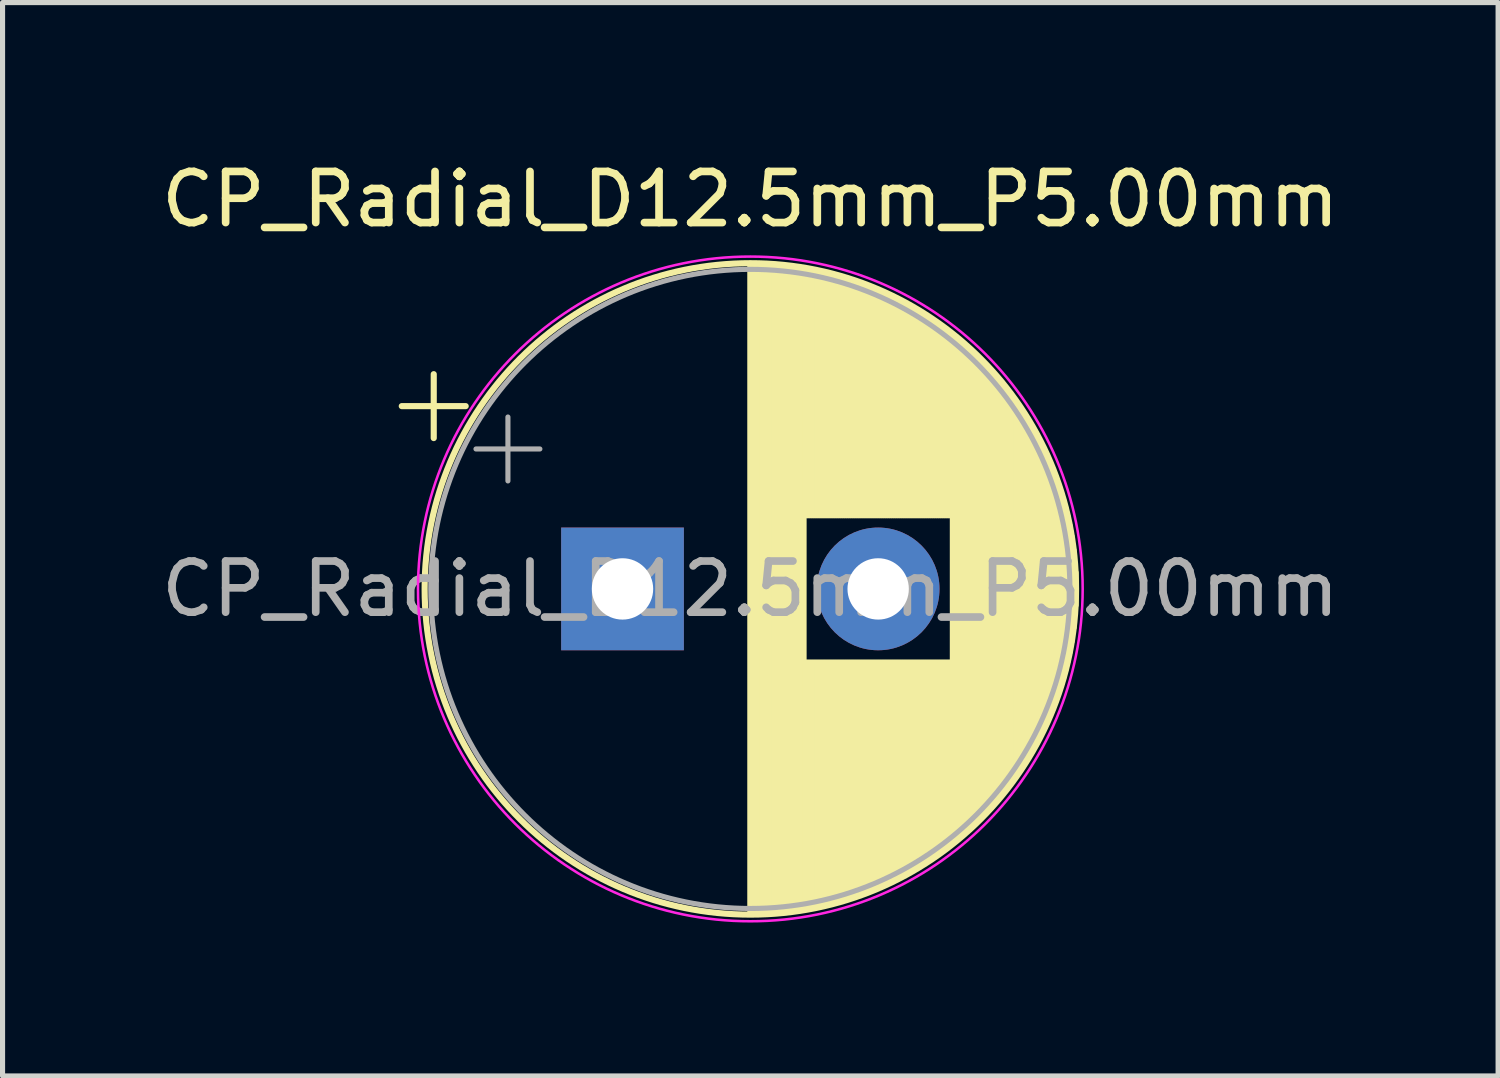
<source format=kicad_pcb>
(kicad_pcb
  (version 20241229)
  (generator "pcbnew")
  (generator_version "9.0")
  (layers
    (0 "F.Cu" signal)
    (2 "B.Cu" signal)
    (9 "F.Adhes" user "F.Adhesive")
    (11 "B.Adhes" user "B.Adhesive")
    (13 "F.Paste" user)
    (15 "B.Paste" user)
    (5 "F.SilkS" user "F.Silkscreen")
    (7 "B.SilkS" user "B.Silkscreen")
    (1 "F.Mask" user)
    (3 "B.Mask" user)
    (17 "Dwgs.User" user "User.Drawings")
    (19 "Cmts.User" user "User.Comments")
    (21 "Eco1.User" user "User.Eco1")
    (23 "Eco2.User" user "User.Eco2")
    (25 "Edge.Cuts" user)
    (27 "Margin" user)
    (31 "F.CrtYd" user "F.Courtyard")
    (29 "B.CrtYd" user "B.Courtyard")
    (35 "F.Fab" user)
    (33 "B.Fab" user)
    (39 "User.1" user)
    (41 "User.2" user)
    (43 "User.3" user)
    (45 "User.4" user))
  (footprint "CP_Radial_D12.5mm_P5.00mm"
    (layer "F.Cu")
    (at 9.125 8.468)
    (property "Reference" "CP_Radial_D12.5mm_P5.00mm" (at 2.5 -7.62 0) (layer "F.SilkS") (effects (font (size 1 1) (thickness 0.15))))
    (attr through_hole)
    (fp_line (start -4.317 -3.575) (end -3.067 -3.575) (stroke (width 0.12) (type solid)) (layer "F.SilkS"))
    (fp_line (start -3.692 -4.2) (end -3.692 -2.95) (stroke (width 0.12) (type solid)) (layer "F.SilkS"))
    (fp_line (start 2.5 -6.33) (end 2.5 6.33) (stroke (width 0.12) (type solid)) (layer "F.SilkS"))
    (fp_line (start 2.54 -6.33) (end 2.54 6.33) (stroke (width 0.12) (type solid)) (layer "F.SilkS"))
    (fp_line (start 2.58 -6.33) (end 2.58 6.33) (stroke (width 0.12) (type solid)) (layer "F.SilkS"))
    (fp_line (start 2.62 -6.329) (end 2.62 6.329) (stroke (width 0.12) (type solid)) (layer "F.SilkS"))
    (fp_line (start 2.66 -6.328) (end 2.66 6.328) (stroke (width 0.12) (type solid)) (layer "F.SilkS"))
    (fp_line (start 2.7 -6.327) (end 2.7 6.327) (stroke (width 0.12) (type solid)) (layer "F.SilkS"))
    (fp_line (start 2.74 -6.326) (end 2.74 6.326) (stroke (width 0.12) (type solid)) (layer "F.SilkS"))
    (fp_line (start 2.78 -6.324) (end 2.78 6.324) (stroke (width 0.12) (type solid)) (layer "F.SilkS"))
    (fp_line (start 2.82 -6.322) (end 2.82 6.322) (stroke (width 0.12) (type solid)) (layer "F.SilkS"))
    (fp_line (start 2.86 -6.32) (end 2.86 6.32) (stroke (width 0.12) (type solid)) (layer "F.SilkS"))
    (fp_line (start 2.9 -6.318) (end 2.9 6.318) (stroke (width 0.12) (type solid)) (layer "F.SilkS"))
    (fp_line (start 2.94 -6.315) (end 2.94 6.315) (stroke (width 0.12) (type solid)) (layer "F.SilkS"))
    (fp_line (start 2.98 -6.312) (end 2.98 6.312) (stroke (width 0.12) (type solid)) (layer "F.SilkS"))
    (fp_line (start 3.02 -6.309) (end 3.02 6.309) (stroke (width 0.12) (type solid)) (layer "F.SilkS"))
    (fp_line (start 3.06 -6.306) (end 3.06 6.306) (stroke (width 0.12) (type solid)) (layer "F.SilkS"))
    (fp_line (start 3.1 -6.302) (end 3.1 6.302) (stroke (width 0.12) (type solid)) (layer "F.SilkS"))
    (fp_line (start 3.14 -6.298) (end 3.14 6.298) (stroke (width 0.12) (type solid)) (layer "F.SilkS"))
    (fp_line (start 3.18 -6.294) (end 3.18 6.294) (stroke (width 0.12) (type solid)) (layer "F.SilkS"))
    (fp_line (start 3.221 -6.29) (end 3.221 6.29) (stroke (width 0.12) (type solid)) (layer "F.SilkS"))
    (fp_line (start 3.261 -6.285) (end 3.261 6.285) (stroke (width 0.12) (type solid)) (layer "F.SilkS"))
    (fp_line (start 3.301 -6.28) (end 3.301 6.28) (stroke (width 0.12) (type solid)) (layer "F.SilkS"))
    (fp_line (start 3.341 -6.275) (end 3.341 6.275) (stroke (width 0.12) (type solid)) (layer "F.SilkS"))
    (fp_line (start 3.381 -6.269) (end 3.381 6.269) (stroke (width 0.12) (type solid)) (layer "F.SilkS"))
    (fp_line (start 3.421 -6.264) (end 3.421 6.264) (stroke (width 0.12) (type solid)) (layer "F.SilkS"))
    (fp_line (start 3.461 -6.258) (end 3.461 6.258) (stroke (width 0.12) (type solid)) (layer "F.SilkS"))
    (fp_line (start 3.501 -6.252) (end 3.501 6.252) (stroke (width 0.12) (type solid)) (layer "F.SilkS"))
    (fp_line (start 3.541 -6.245) (end 3.541 6.245) (stroke (width 0.12) (type solid)) (layer "F.SilkS"))
    (fp_line (start 3.581 -6.238) (end 3.581 -1.44) (stroke (width 0.12) (type solid)) (layer "F.SilkS"))
    (fp_line (start 3.581 1.44) (end 3.581 6.238) (stroke (width 0.12) (type solid)) (layer "F.SilkS"))
    (fp_line (start 3.621 -6.231) (end 3.621 -1.44) (stroke (width 0.12) (type solid)) (layer "F.SilkS"))
    (fp_line (start 3.621 1.44) (end 3.621 6.231) (stroke (width 0.12) (type solid)) (layer "F.SilkS"))
    (fp_line (start 3.661 -6.224) (end 3.661 -1.44) (stroke (width 0.12) (type solid)) (layer "F.SilkS"))
    (fp_line (start 3.661 1.44) (end 3.661 6.224) (stroke (width 0.12) (type solid)) (layer "F.SilkS"))
    (fp_line (start 3.701 -6.216) (end 3.701 -1.44) (stroke (width 0.12) (type solid)) (layer "F.SilkS"))
    (fp_line (start 3.701 1.44) (end 3.701 6.216) (stroke (width 0.12) (type solid)) (layer "F.SilkS"))
    (fp_line (start 3.741 -6.209) (end 3.741 -1.44) (stroke (width 0.12) (type solid)) (layer "F.SilkS"))
    (fp_line (start 3.741 1.44) (end 3.741 6.209) (stroke (width 0.12) (type solid)) (layer "F.SilkS"))
    (fp_line (start 3.781 -6.201) (end 3.781 -1.44) (stroke (width 0.12) (type solid)) (layer "F.SilkS"))
    (fp_line (start 3.781 1.44) (end 3.781 6.201) (stroke (width 0.12) (type solid)) (layer "F.SilkS"))
    (fp_line (start 3.821 -6.192) (end 3.821 -1.44) (stroke (width 0.12) (type solid)) (layer "F.SilkS"))
    (fp_line (start 3.821 1.44) (end 3.821 6.192) (stroke (width 0.12) (type solid)) (layer "F.SilkS"))
    (fp_line (start 3.861 -6.184) (end 3.861 -1.44) (stroke (width 0.12) (type solid)) (layer "F.SilkS"))
    (fp_line (start 3.861 1.44) (end 3.861 6.184) (stroke (width 0.12) (type solid)) (layer "F.SilkS"))
    (fp_line (start 3.901 -6.175) (end 3.901 -1.44) (stroke (width 0.12) (type solid)) (layer "F.SilkS"))
    (fp_line (start 3.901 1.44) (end 3.901 6.175) (stroke (width 0.12) (type solid)) (layer "F.SilkS"))
    (fp_line (start 3.941 -6.166) (end 3.941 -1.44) (stroke (width 0.12) (type solid)) (layer "F.SilkS"))
    (fp_line (start 3.941 1.44) (end 3.941 6.166) (stroke (width 0.12) (type solid)) (layer "F.SilkS"))
    (fp_line (start 3.981 -6.156) (end 3.981 -1.44) (stroke (width 0.12) (type solid)) (layer "F.SilkS"))
    (fp_line (start 3.981 1.44) (end 3.981 6.156) (stroke (width 0.12) (type solid)) (layer "F.SilkS"))
    (fp_line (start 4.021 -6.146) (end 4.021 -1.44) (stroke (width 0.12) (type solid)) (layer "F.SilkS"))
    (fp_line (start 4.021 1.44) (end 4.021 6.146) (stroke (width 0.12) (type solid)) (layer "F.SilkS"))
    (fp_line (start 4.061 -6.137) (end 4.061 -1.44) (stroke (width 0.12) (type solid)) (layer "F.SilkS"))
    (fp_line (start 4.061 1.44) (end 4.061 6.137) (stroke (width 0.12) (type solid)) (layer "F.SilkS"))
    (fp_line (start 4.101 -6.126) (end 4.101 -1.44) (stroke (width 0.12) (type solid)) (layer "F.SilkS"))
    (fp_line (start 4.101 1.44) (end 4.101 6.126) (stroke (width 0.12) (type solid)) (layer "F.SilkS"))
    (fp_line (start 4.141 -6.116) (end 4.141 -1.44) (stroke (width 0.12) (type solid)) (layer "F.SilkS"))
    (fp_line (start 4.141 1.44) (end 4.141 6.116) (stroke (width 0.12) (type solid)) (layer "F.SilkS"))
    (fp_line (start 4.181 -6.105) (end 4.181 -1.44) (stroke (width 0.12) (type solid)) (layer "F.SilkS"))
    (fp_line (start 4.181 1.44) (end 4.181 6.105) (stroke (width 0.12) (type solid)) (layer "F.SilkS"))
    (fp_line (start 4.221 -6.094) (end 4.221 -1.44) (stroke (width 0.12) (type solid)) (layer "F.SilkS"))
    (fp_line (start 4.221 1.44) (end 4.221 6.094) (stroke (width 0.12) (type solid)) (layer "F.SilkS"))
    (fp_line (start 4.261 -6.083) (end 4.261 -1.44) (stroke (width 0.12) (type solid)) (layer "F.SilkS"))
    (fp_line (start 4.261 1.44) (end 4.261 6.083) (stroke (width 0.12) (type solid)) (layer "F.SilkS"))
    (fp_line (start 4.301 -6.071) (end 4.301 -1.44) (stroke (width 0.12) (type solid)) (layer "F.SilkS"))
    (fp_line (start 4.301 1.44) (end 4.301 6.071) (stroke (width 0.12) (type solid)) (layer "F.SilkS"))
    (fp_line (start 4.341 -6.059) (end 4.341 -1.44) (stroke (width 0.12) (type solid)) (layer "F.SilkS"))
    (fp_line (start 4.341 1.44) (end 4.341 6.059) (stroke (width 0.12) (type solid)) (layer "F.SilkS"))
    (fp_line (start 4.381 -6.047) (end 4.381 -1.44) (stroke (width 0.12) (type solid)) (layer "F.SilkS"))
    (fp_line (start 4.381 1.44) (end 4.381 6.047) (stroke (width 0.12) (type solid)) (layer "F.SilkS"))
    (fp_line (start 4.421 -6.034) (end 4.421 -1.44) (stroke (width 0.12) (type solid)) (layer "F.SilkS"))
    (fp_line (start 4.421 1.44) (end 4.421 6.034) (stroke (width 0.12) (type solid)) (layer "F.SilkS"))
    (fp_line (start 4.461 -6.021) (end 4.461 -1.44) (stroke (width 0.12) (type solid)) (layer "F.SilkS"))
    (fp_line (start 4.461 1.44) (end 4.461 6.021) (stroke (width 0.12) (type solid)) (layer "F.SilkS"))
    (fp_line (start 4.501 -6.008) (end 4.501 -1.44) (stroke (width 0.12) (type solid)) (layer "F.SilkS"))
    (fp_line (start 4.501 1.44) (end 4.501 6.008) (stroke (width 0.12) (type solid)) (layer "F.SilkS"))
    (fp_line (start 4.541 -5.995) (end 4.541 -1.44) (stroke (width 0.12) (type solid)) (layer "F.SilkS"))
    (fp_line (start 4.541 1.44) (end 4.541 5.995) (stroke (width 0.12) (type solid)) (layer "F.SilkS"))
    (fp_line (start 4.581 -5.981) (end 4.581 -1.44) (stroke (width 0.12) (type solid)) (layer "F.SilkS"))
    (fp_line (start 4.581 1.44) (end 4.581 5.981) (stroke (width 0.12) (type solid)) (layer "F.SilkS"))
    (fp_line (start 4.621 -5.967) (end 4.621 -1.44) (stroke (width 0.12) (type solid)) (layer "F.SilkS"))
    (fp_line (start 4.621 1.44) (end 4.621 5.967) (stroke (width 0.12) (type solid)) (layer "F.SilkS"))
    (fp_line (start 4.661 -5.953) (end 4.661 -1.44) (stroke (width 0.12) (type solid)) (layer "F.SilkS"))
    (fp_line (start 4.661 1.44) (end 4.661 5.953) (stroke (width 0.12) (type solid)) (layer "F.SilkS"))
    (fp_line (start 4.701 -5.939) (end 4.701 -1.44) (stroke (width 0.12) (type solid)) (layer "F.SilkS"))
    (fp_line (start 4.701 1.44) (end 4.701 5.939) (stroke (width 0.12) (type solid)) (layer "F.SilkS"))
    (fp_line (start 4.741 -5.924) (end 4.741 -1.44) (stroke (width 0.12) (type solid)) (layer "F.SilkS"))
    (fp_line (start 4.741 1.44) (end 4.741 5.924) (stroke (width 0.12) (type solid)) (layer "F.SilkS"))
    (fp_line (start 4.781 -5.908) (end 4.781 -1.44) (stroke (width 0.12) (type solid)) (layer "F.SilkS"))
    (fp_line (start 4.781 1.44) (end 4.781 5.908) (stroke (width 0.12) (type solid)) (layer "F.SilkS"))
    (fp_line (start 4.821 -5.893) (end 4.821 -1.44) (stroke (width 0.12) (type solid)) (layer "F.SilkS"))
    (fp_line (start 4.821 1.44) (end 4.821 5.893) (stroke (width 0.12) (type solid)) (layer "F.SilkS"))
    (fp_line (start 4.861 -5.877) (end 4.861 -1.44) (stroke (width 0.12) (type solid)) (layer "F.SilkS"))
    (fp_line (start 4.861 1.44) (end 4.861 5.877) (stroke (width 0.12) (type solid)) (layer "F.SilkS"))
    (fp_line (start 4.901 -5.861) (end 4.901 -1.44) (stroke (width 0.12) (type solid)) (layer "F.SilkS"))
    (fp_line (start 4.901 1.44) (end 4.901 5.861) (stroke (width 0.12) (type solid)) (layer "F.SilkS"))
    (fp_line (start 4.941 -5.845) (end 4.941 -1.44) (stroke (width 0.12) (type solid)) (layer "F.SilkS"))
    (fp_line (start 4.941 1.44) (end 4.941 5.845) (stroke (width 0.12) (type solid)) (layer "F.SilkS"))
    (fp_line (start 4.981 -5.828) (end 4.981 -1.44) (stroke (width 0.12) (type solid)) (layer "F.SilkS"))
    (fp_line (start 4.981 1.44) (end 4.981 5.828) (stroke (width 0.12) (type solid)) (layer "F.SilkS"))
    (fp_line (start 5.021 -5.811) (end 5.021 -1.44) (stroke (width 0.12) (type solid)) (layer "F.SilkS"))
    (fp_line (start 5.021 1.44) (end 5.021 5.811) (stroke (width 0.12) (type solid)) (layer "F.SilkS"))
    (fp_line (start 5.061 -5.793) (end 5.061 -1.44) (stroke (width 0.12) (type solid)) (layer "F.SilkS"))
    (fp_line (start 5.061 1.44) (end 5.061 5.793) (stroke (width 0.12) (type solid)) (layer "F.SilkS"))
    (fp_line (start 5.101 -5.776) (end 5.101 -1.44) (stroke (width 0.12) (type solid)) (layer "F.SilkS"))
    (fp_line (start 5.101 1.44) (end 5.101 5.776) (stroke (width 0.12) (type solid)) (layer "F.SilkS"))
    (fp_line (start 5.141 -5.758) (end 5.141 -1.44) (stroke (width 0.12) (type solid)) (layer "F.SilkS"))
    (fp_line (start 5.141 1.44) (end 5.141 5.758) (stroke (width 0.12) (type solid)) (layer "F.SilkS"))
    (fp_line (start 5.181 -5.739) (end 5.181 -1.44) (stroke (width 0.12) (type solid)) (layer "F.SilkS"))
    (fp_line (start 5.181 1.44) (end 5.181 5.739) (stroke (width 0.12) (type solid)) (layer "F.SilkS"))
    (fp_line (start 5.221 -5.721) (end 5.221 -1.44) (stroke (width 0.12) (type solid)) (layer "F.SilkS"))
    (fp_line (start 5.221 1.44) (end 5.221 5.721) (stroke (width 0.12) (type solid)) (layer "F.SilkS"))
    (fp_line (start 5.261 -5.702) (end 5.261 -1.44) (stroke (width 0.12) (type solid)) (layer "F.SilkS"))
    (fp_line (start 5.261 1.44) (end 5.261 5.702) (stroke (width 0.12) (type solid)) (layer "F.SilkS"))
    (fp_line (start 5.301 -5.682) (end 5.301 -1.44) (stroke (width 0.12) (type solid)) (layer "F.SilkS"))
    (fp_line (start 5.301 1.44) (end 5.301 5.682) (stroke (width 0.12) (type solid)) (layer "F.SilkS"))
    (fp_line (start 5.341 -5.662) (end 5.341 -1.44) (stroke (width 0.12) (type solid)) (layer "F.SilkS"))
    (fp_line (start 5.341 1.44) (end 5.341 5.662) (stroke (width 0.12) (type solid)) (layer "F.SilkS"))
    (fp_line (start 5.381 -5.642) (end 5.381 -1.44) (stroke (width 0.12) (type solid)) (layer "F.SilkS"))
    (fp_line (start 5.381 1.44) (end 5.381 5.642) (stroke (width 0.12) (type solid)) (layer "F.SilkS"))
    (fp_line (start 5.421 -5.622) (end 5.421 -1.44) (stroke (width 0.12) (type solid)) (layer "F.SilkS"))
    (fp_line (start 5.421 1.44) (end 5.421 5.622) (stroke (width 0.12) (type solid)) (layer "F.SilkS"))
    (fp_line (start 5.461 -5.601) (end 5.461 -1.44) (stroke (width 0.12) (type solid)) (layer "F.SilkS"))
    (fp_line (start 5.461 1.44) (end 5.461 5.601) (stroke (width 0.12) (type solid)) (layer "F.SilkS"))
    (fp_line (start 5.501 -5.58) (end 5.501 -1.44) (stroke (width 0.12) (type solid)) (layer "F.SilkS"))
    (fp_line (start 5.501 1.44) (end 5.501 5.58) (stroke (width 0.12) (type solid)) (layer "F.SilkS"))
    (fp_line (start 5.541 -5.558) (end 5.541 -1.44) (stroke (width 0.12) (type solid)) (layer "F.SilkS"))
    (fp_line (start 5.541 1.44) (end 5.541 5.558) (stroke (width 0.12) (type solid)) (layer "F.SilkS"))
    (fp_line (start 5.581 -5.536) (end 5.581 -1.44) (stroke (width 0.12) (type solid)) (layer "F.SilkS"))
    (fp_line (start 5.581 1.44) (end 5.581 5.536) (stroke (width 0.12) (type solid)) (layer "F.SilkS"))
    (fp_line (start 5.621 -5.514) (end 5.621 -1.44) (stroke (width 0.12) (type solid)) (layer "F.SilkS"))
    (fp_line (start 5.621 1.44) (end 5.621 5.514) (stroke (width 0.12) (type solid)) (layer "F.SilkS"))
    (fp_line (start 5.661 -5.491) (end 5.661 -1.44) (stroke (width 0.12) (type solid)) (layer "F.SilkS"))
    (fp_line (start 5.661 1.44) (end 5.661 5.491) (stroke (width 0.12) (type solid)) (layer "F.SilkS"))
    (fp_line (start 5.701 -5.468) (end 5.701 -1.44) (stroke (width 0.12) (type solid)) (layer "F.SilkS"))
    (fp_line (start 5.701 1.44) (end 5.701 5.468) (stroke (width 0.12) (type solid)) (layer "F.SilkS"))
    (fp_line (start 5.741 -5.445) (end 5.741 -1.44) (stroke (width 0.12) (type solid)) (layer "F.SilkS"))
    (fp_line (start 5.741 1.44) (end 5.741 5.445) (stroke (width 0.12) (type solid)) (layer "F.SilkS"))
    (fp_line (start 5.781 -5.421) (end 5.781 -1.44) (stroke (width 0.12) (type solid)) (layer "F.SilkS"))
    (fp_line (start 5.781 1.44) (end 5.781 5.421) (stroke (width 0.12) (type solid)) (layer "F.SilkS"))
    (fp_line (start 5.821 -5.397) (end 5.821 -1.44) (stroke (width 0.12) (type solid)) (layer "F.SilkS"))
    (fp_line (start 5.821 1.44) (end 5.821 5.397) (stroke (width 0.12) (type solid)) (layer "F.SilkS"))
    (fp_line (start 5.861 -5.372) (end 5.861 -1.44) (stroke (width 0.12) (type solid)) (layer "F.SilkS"))
    (fp_line (start 5.861 1.44) (end 5.861 5.372) (stroke (width 0.12) (type solid)) (layer "F.SilkS"))
    (fp_line (start 5.901 -5.347) (end 5.901 -1.44) (stroke (width 0.12) (type solid)) (layer "F.SilkS"))
    (fp_line (start 5.901 1.44) (end 5.901 5.347) (stroke (width 0.12) (type solid)) (layer "F.SilkS"))
    (fp_line (start 5.941 -5.322) (end 5.941 -1.44) (stroke (width 0.12) (type solid)) (layer "F.SilkS"))
    (fp_line (start 5.941 1.44) (end 5.941 5.322) (stroke (width 0.12) (type solid)) (layer "F.SilkS"))
    (fp_line (start 5.981 -5.296) (end 5.981 -1.44) (stroke (width 0.12) (type solid)) (layer "F.SilkS"))
    (fp_line (start 5.981 1.44) (end 5.981 5.296) (stroke (width 0.12) (type solid)) (layer "F.SilkS"))
    (fp_line (start 6.021 -5.27) (end 6.021 -1.44) (stroke (width 0.12) (type solid)) (layer "F.SilkS"))
    (fp_line (start 6.021 1.44) (end 6.021 5.27) (stroke (width 0.12) (type solid)) (layer "F.SilkS"))
    (fp_line (start 6.061 -5.243) (end 6.061 -1.44) (stroke (width 0.12) (type solid)) (layer "F.SilkS"))
    (fp_line (start 6.061 1.44) (end 6.061 5.243) (stroke (width 0.12) (type solid)) (layer "F.SilkS"))
    (fp_line (start 6.101 -5.216) (end 6.101 -1.44) (stroke (width 0.12) (type solid)) (layer "F.SilkS"))
    (fp_line (start 6.101 1.44) (end 6.101 5.216) (stroke (width 0.12) (type solid)) (layer "F.SilkS"))
    (fp_line (start 6.141 -5.188) (end 6.141 -1.44) (stroke (width 0.12) (type solid)) (layer "F.SilkS"))
    (fp_line (start 6.141 1.44) (end 6.141 5.188) (stroke (width 0.12) (type solid)) (layer "F.SilkS"))
    (fp_line (start 6.181 -5.16) (end 6.181 -1.44) (stroke (width 0.12) (type solid)) (layer "F.SilkS"))
    (fp_line (start 6.181 1.44) (end 6.181 5.16) (stroke (width 0.12) (type solid)) (layer "F.SilkS"))
    (fp_line (start 6.221 -5.131) (end 6.221 -1.44) (stroke (width 0.12) (type solid)) (layer "F.SilkS"))
    (fp_line (start 6.221 1.44) (end 6.221 5.131) (stroke (width 0.12) (type solid)) (layer "F.SilkS"))
    (fp_line (start 6.261 -5.102) (end 6.261 -1.44) (stroke (width 0.12) (type solid)) (layer "F.SilkS"))
    (fp_line (start 6.261 1.44) (end 6.261 5.102) (stroke (width 0.12) (type solid)) (layer "F.SilkS"))
    (fp_line (start 6.301 -5.073) (end 6.301 -1.44) (stroke (width 0.12) (type solid)) (layer "F.SilkS"))
    (fp_line (start 6.301 1.44) (end 6.301 5.073) (stroke (width 0.12) (type solid)) (layer "F.SilkS"))
    (fp_line (start 6.341 -5.043) (end 6.341 -1.44) (stroke (width 0.12) (type solid)) (layer "F.SilkS"))
    (fp_line (start 6.341 1.44) (end 6.341 5.043) (stroke (width 0.12) (type solid)) (layer "F.SilkS"))
    (fp_line (start 6.381 -5.012) (end 6.381 -1.44) (stroke (width 0.12) (type solid)) (layer "F.SilkS"))
    (fp_line (start 6.381 1.44) (end 6.381 5.012) (stroke (width 0.12) (type solid)) (layer "F.SilkS"))
    (fp_line (start 6.421 -4.982) (end 6.421 -1.44) (stroke (width 0.12) (type solid)) (layer "F.SilkS"))
    (fp_line (start 6.421 1.44) (end 6.421 4.982) (stroke (width 0.12) (type solid)) (layer "F.SilkS"))
    (fp_line (start 6.461 -4.95) (end 6.461 4.95) (stroke (width 0.12) (type solid)) (layer "F.SilkS"))
    (fp_line (start 6.501 -4.918) (end 6.501 4.918) (stroke (width 0.12) (type solid)) (layer "F.SilkS"))
    (fp_line (start 6.541 -4.885) (end 6.541 4.885) (stroke (width 0.12) (type solid)) (layer "F.SilkS"))
    (fp_line (start 6.581 -4.852) (end 6.581 4.852) (stroke (width 0.12) (type solid)) (layer "F.SilkS"))
    (fp_line (start 6.621 -4.819) (end 6.621 4.819) (stroke (width 0.12) (type solid)) (layer "F.SilkS"))
    (fp_line (start 6.661 -4.785) (end 6.661 4.785) (stroke (width 0.12) (type solid)) (layer "F.SilkS"))
    (fp_line (start 6.701 -4.75) (end 6.701 4.75) (stroke (width 0.12) (type solid)) (layer "F.SilkS"))
    (fp_line (start 6.741 -4.714) (end 6.741 4.714) (stroke (width 0.12) (type solid)) (layer "F.SilkS"))
    (fp_line (start 6.781 -4.678) (end 6.781 4.678) (stroke (width 0.12) (type solid)) (layer "F.SilkS"))
    (fp_line (start 6.821 -4.642) (end 6.821 4.642) (stroke (width 0.12) (type solid)) (layer "F.SilkS"))
    (fp_line (start 6.861 -4.605) (end 6.861 4.605) (stroke (width 0.12) (type solid)) (layer "F.SilkS"))
    (fp_line (start 6.901 -4.567) (end 6.901 4.567) (stroke (width 0.12) (type solid)) (layer "F.SilkS"))
    (fp_line (start 6.941 -4.528) (end 6.941 4.528) (stroke (width 0.12) (type solid)) (layer "F.SilkS"))
    (fp_line (start 6.981 -4.489) (end 6.981 4.489) (stroke (width 0.12) (type solid)) (layer "F.SilkS"))
    (fp_line (start 7.021 -4.449) (end 7.021 4.449) (stroke (width 0.12) (type solid)) (layer "F.SilkS"))
    (fp_line (start 7.061 -4.408) (end 7.061 4.408) (stroke (width 0.12) (type solid)) (layer "F.SilkS"))
    (fp_line (start 7.101 -4.367) (end 7.101 4.367) (stroke (width 0.12) (type solid)) (layer "F.SilkS"))
    (fp_line (start 7.141 -4.325) (end 7.141 4.325) (stroke (width 0.12) (type solid)) (layer "F.SilkS"))
    (fp_line (start 7.181 -4.282) (end 7.181 4.282) (stroke (width 0.12) (type solid)) (layer "F.SilkS"))
    (fp_line (start 7.221 -4.238) (end 7.221 4.238) (stroke (width 0.12) (type solid)) (layer "F.SilkS"))
    (fp_line (start 7.261 -4.194) (end 7.261 4.194) (stroke (width 0.12) (type solid)) (layer "F.SilkS"))
    (fp_line (start 7.301 -4.148) (end 7.301 4.148) (stroke (width 0.12) (type solid)) (layer "F.SilkS"))
    (fp_line (start 7.341 -4.102) (end 7.341 4.102) (stroke (width 0.12) (type solid)) (layer "F.SilkS"))
    (fp_line (start 7.381 -4.055) (end 7.381 4.055) (stroke (width 0.12) (type solid)) (layer "F.SilkS"))
    (fp_line (start 7.421 -4.007) (end 7.421 4.007) (stroke (width 0.12) (type solid)) (layer "F.SilkS"))
    (fp_line (start 7.461 -3.957) (end 7.461 3.957) (stroke (width 0.12) (type solid)) (layer "F.SilkS"))
    (fp_line (start 7.501 -3.907) (end 7.501 3.907) (stroke (width 0.12) (type solid)) (layer "F.SilkS"))
    (fp_line (start 7.541 -3.856) (end 7.541 3.856) (stroke (width 0.12) (type solid)) (layer "F.SilkS"))
    (fp_line (start 7.581 -3.804) (end 7.581 3.804) (stroke (width 0.12) (type solid)) (layer "F.SilkS"))
    (fp_line (start 7.621 -3.75) (end 7.621 3.75) (stroke (width 0.12) (type solid)) (layer "F.SilkS"))
    (fp_line (start 7.661 -3.696) (end 7.661 3.696) (stroke (width 0.12) (type solid)) (layer "F.SilkS"))
    (fp_line (start 7.701 -3.64) (end 7.701 3.64) (stroke (width 0.12) (type solid)) (layer "F.SilkS"))
    (fp_line (start 7.741 -3.583) (end 7.741 3.583) (stroke (width 0.12) (type solid)) (layer "F.SilkS"))
    (fp_line (start 7.781 -3.524) (end 7.781 3.524) (stroke (width 0.12) (type solid)) (layer "F.SilkS"))
    (fp_line (start 7.821 -3.464) (end 7.821 3.464) (stroke (width 0.12) (type solid)) (layer "F.SilkS"))
    (fp_line (start 7.861 -3.402) (end 7.861 3.402) (stroke (width 0.12) (type solid)) (layer "F.SilkS"))
    (fp_line (start 7.901 -3.339) (end 7.901 3.339) (stroke (width 0.12) (type solid)) (layer "F.SilkS"))
    (fp_line (start 7.941 -3.275) (end 7.941 3.275) (stroke (width 0.12) (type solid)) (layer "F.SilkS"))
    (fp_line (start 7.981 -3.208) (end 7.981 3.208) (stroke (width 0.12) (type solid)) (layer "F.SilkS"))
    (fp_line (start 8.021 -3.14) (end 8.021 3.14) (stroke (width 0.12) (type solid)) (layer "F.SilkS"))
    (fp_line (start 8.061 -3.069) (end 8.061 3.069) (stroke (width 0.12) (type solid)) (layer "F.SilkS"))
    (fp_line (start 8.101 -2.996) (end 8.101 2.996) (stroke (width 0.12) (type solid)) (layer "F.SilkS"))
    (fp_line (start 8.141 -2.921) (end 8.141 2.921) (stroke (width 0.12) (type solid)) (layer "F.SilkS"))
    (fp_line (start 8.181 -2.844) (end 8.181 2.844) (stroke (width 0.12) (type solid)) (layer "F.SilkS"))
    (fp_line (start 8.221 -2.764) (end 8.221 2.764) (stroke (width 0.12) (type solid)) (layer "F.SilkS"))
    (fp_line (start 8.261 -2.681) (end 8.261 2.681) (stroke (width 0.12) (type solid)) (layer "F.SilkS"))
    (fp_line (start 8.301 -2.594) (end 8.301 2.594) (stroke (width 0.12) (type solid)) (layer "F.SilkS"))
    (fp_line (start 8.341 -2.504) (end 8.341 2.504) (stroke (width 0.12) (type solid)) (layer "F.SilkS"))
    (fp_line (start 8.381 -2.41) (end 8.381 2.41) (stroke (width 0.12) (type solid)) (layer "F.SilkS"))
    (fp_line (start 8.421 -2.312) (end 8.421 2.312) (stroke (width 0.12) (type solid)) (layer "F.SilkS"))
    (fp_line (start 8.461 -2.209) (end 8.461 2.209) (stroke (width 0.12) (type solid)) (layer "F.SilkS"))
    (fp_line (start 8.501 -2.1) (end 8.501 2.1) (stroke (width 0.12) (type solid)) (layer "F.SilkS"))
    (fp_line (start 8.541 -1.984) (end 8.541 1.984) (stroke (width 0.12) (type solid)) (layer "F.SilkS"))
    (fp_line (start 8.581 -1.861) (end 8.581 1.861) (stroke (width 0.12) (type solid)) (layer "F.SilkS"))
    (fp_line (start 8.621 -1.728) (end 8.621 1.728) (stroke (width 0.12) (type solid)) (layer "F.SilkS"))
    (fp_line (start 8.661 -1.583) (end 8.661 1.583) (stroke (width 0.12) (type solid)) (layer "F.SilkS"))
    (fp_line (start 8.701 -1.422) (end 8.701 1.422) (stroke (width 0.12) (type solid)) (layer "F.SilkS"))
    (fp_line (start 8.741 -1.241) (end 8.741 1.241) (stroke (width 0.12) (type solid)) (layer "F.SilkS"))
    (fp_line (start 8.781 -1.028) (end 8.781 1.028) (stroke (width 0.12) (type solid)) (layer "F.SilkS"))
    (fp_line (start 8.821 -0.757) (end 8.821 0.757) (stroke (width 0.12) (type solid)) (layer "F.SilkS"))
    (fp_line (start 8.861 -0.317) (end 8.861 0.317) (stroke (width 0.12) (type solid)) (layer "F.SilkS"))
    (fp_circle (center 2.5 0) (end 8.87 0) (stroke (width 0.12) (type solid)) (fill no) (layer "F.SilkS"))
    (fp_circle (center 2.5 0) (end 9 0) (stroke (width 0.05) (type solid)) (fill no) (layer "F.CrtYd"))
    (fp_line (start -2.866 -2.737) (end -1.616 -2.737) (stroke (width 0.1) (type solid)) (layer "F.Fab"))
    (fp_line (start -2.241 -3.362) (end -2.241 -2.112) (stroke (width 0.1) (type solid)) (layer "F.Fab"))
    (fp_circle (center 2.5 0) (end 8.75 0) (stroke (width 0.1) (type solid)) (fill no) (layer "F.Fab"))
    (fp_text user "${REFERENCE}" (at 2.5 0 0) (layer "F.Fab") (effects (font (size 1 1) (thickness 0.15))))
    (pad "1" thru_hole rect (at 0 0) (size 2.4 2.4) (drill 1.2) (layers "*.Cu" "*.Mask"))
    (pad "2" thru_hole circle (at 5 0) (size 2.4 2.4) (drill 1.2) (layers "*.Cu" "*.Mask")))
  (gr_rect
    (start -3 -3)
    (end 26.25 17.993)
    (stroke (width 0.1) (type default))
    (fill no)
    (layer "Edge.Cuts")))
</source>
